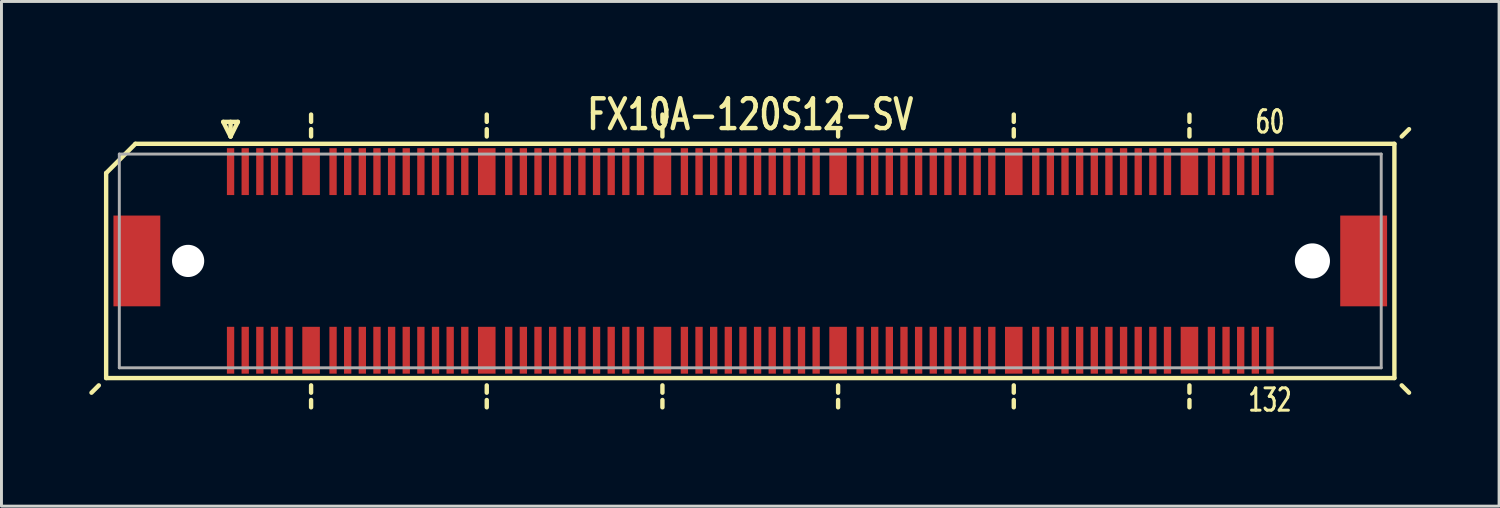
<source format=kicad_pcb>
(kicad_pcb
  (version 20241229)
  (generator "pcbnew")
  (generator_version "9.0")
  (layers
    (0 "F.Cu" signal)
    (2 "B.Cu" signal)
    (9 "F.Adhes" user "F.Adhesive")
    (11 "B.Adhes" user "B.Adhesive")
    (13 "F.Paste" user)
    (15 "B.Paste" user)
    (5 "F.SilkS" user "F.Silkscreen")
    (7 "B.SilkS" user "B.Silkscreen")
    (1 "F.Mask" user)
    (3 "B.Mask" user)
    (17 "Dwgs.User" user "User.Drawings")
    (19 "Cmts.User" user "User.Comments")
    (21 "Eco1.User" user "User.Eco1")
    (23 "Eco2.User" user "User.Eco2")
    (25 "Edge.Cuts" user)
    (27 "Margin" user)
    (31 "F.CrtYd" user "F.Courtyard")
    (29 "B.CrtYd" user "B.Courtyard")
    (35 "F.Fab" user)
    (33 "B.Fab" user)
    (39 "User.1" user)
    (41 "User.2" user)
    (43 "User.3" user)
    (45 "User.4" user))
  (footprint "FX10A-120S12-SV"
    (layer "F.Cu")
    (at 22.575 5.862)
    (property "Reference" "FX10A-120S12-SV" (at 0 -5 180) (layer "F.SilkS") (effects (font (size 1.016 0.762) (thickness 0.152))))
    (attr through_hole)
    (fp_line (start -22.25 4.25) (end -22.5 4.5) (stroke (width 0.15) (type solid)) (layer "F.SilkS"))
    (fp_line (start -22 -3) (end -21 -4) (stroke (width 0.15) (type solid)) (layer "F.SilkS"))
    (fp_line (start -22 4) (end -22 -3) (stroke (width 0.15) (type solid)) (layer "F.SilkS"))
    (fp_line (start -21 -4) (end 22 -4) (stroke (width 0.15) (type solid)) (layer "F.SilkS"))
    (fp_line (start -18 -4.75) (end -17.75 -4.25) (stroke (width 0.15) (type solid)) (layer "F.SilkS"))
    (fp_line (start -17.75 -4.25) (end -17.75 -4.75) (stroke (width 0.15) (type solid)) (layer "F.SilkS"))
    (fp_line (start -17.75 -4.25) (end -17.5 -4.75) (stroke (width 0.15) (type solid)) (layer "F.SilkS"))
    (fp_line (start -17.5 -4.75) (end -18 -4.75) (stroke (width 0.15) (type solid)) (layer "F.SilkS"))
    (fp_line (start -15 -4.75) (end -15 -5) (stroke (width 0.15) (type solid)) (layer "F.SilkS"))
    (fp_line (start -15 -4.25) (end -15 -4.5) (stroke (width 0.15) (type solid)) (layer "F.SilkS"))
    (fp_line (start -15 4.25) (end -15 4.5) (stroke (width 0.15) (type solid)) (layer "F.SilkS"))
    (fp_line (start -15 4.75) (end -15 5) (stroke (width 0.15) (type solid)) (layer "F.SilkS"))
    (fp_line (start -9 -4.75) (end -9 -5) (stroke (width 0.15) (type solid)) (layer "F.SilkS"))
    (fp_line (start -9 -4.25) (end -9 -4.5) (stroke (width 0.15) (type solid)) (layer "F.SilkS"))
    (fp_line (start -9 4.25) (end -9 4.5) (stroke (width 0.15) (type solid)) (layer "F.SilkS"))
    (fp_line (start -9 4.75) (end -9 5) (stroke (width 0.15) (type solid)) (layer "F.SilkS"))
    (fp_line (start -3 -4.75) (end -3 -5) (stroke (width 0.15) (type solid)) (layer "F.SilkS"))
    (fp_line (start -3 -4.25) (end -3 -4.5) (stroke (width 0.15) (type solid)) (layer "F.SilkS"))
    (fp_line (start -3 4.25) (end -3 4.5) (stroke (width 0.15) (type solid)) (layer "F.SilkS"))
    (fp_line (start -3 4.75) (end -3 5) (stroke (width 0.15) (type solid)) (layer "F.SilkS"))
    (fp_line (start 3 -4.75) (end 3 -5) (stroke (width 0.15) (type solid)) (layer "F.SilkS"))
    (fp_line (start 3 -4.25) (end 3 -4.5) (stroke (width 0.15) (type solid)) (layer "F.SilkS"))
    (fp_line (start 3 4.25) (end 3 4.5) (stroke (width 0.15) (type solid)) (layer "F.SilkS"))
    (fp_line (start 3 4.75) (end 3 5) (stroke (width 0.15) (type solid)) (layer "F.SilkS"))
    (fp_line (start 9 -4.75) (end 9 -5) (stroke (width 0.15) (type solid)) (layer "F.SilkS"))
    (fp_line (start 9 -4.25) (end 9 -4.5) (stroke (width 0.15) (type solid)) (layer "F.SilkS"))
    (fp_line (start 9 4.25) (end 9 4.5) (stroke (width 0.15) (type solid)) (layer "F.SilkS"))
    (fp_line (start 9 4.75) (end 9 5) (stroke (width 0.15) (type solid)) (layer "F.SilkS"))
    (fp_line (start 15 -4.75) (end 15 -5) (stroke (width 0.15) (type solid)) (layer "F.SilkS"))
    (fp_line (start 15 -4.25) (end 15 -4.5) (stroke (width 0.15) (type solid)) (layer "F.SilkS"))
    (fp_line (start 15 4.25) (end 15 4.5) (stroke (width 0.15) (type solid)) (layer "F.SilkS"))
    (fp_line (start 15 4.75) (end 15 5) (stroke (width 0.15) (type solid)) (layer "F.SilkS"))
    (fp_line (start 22 -4) (end 22 4) (stroke (width 0.15) (type solid)) (layer "F.SilkS"))
    (fp_line (start 22 4) (end -22 4) (stroke (width 0.15) (type solid)) (layer "F.SilkS"))
    (fp_line (start 22.25 -4.25) (end 22.5 -4.5) (stroke (width 0.15) (type solid)) (layer "F.SilkS"))
    (fp_line (start 22.25 4.25) (end 22.5 4.5) (stroke (width 0.15) (type solid)) (layer "F.SilkS"))
    (fp_line (start -21.55 -3.65) (end 21.55 -3.65) (stroke (width 0.1) (type solid)) (layer "F.Fab"))
    (fp_line (start -21.55 3.65) (end -21.55 -3.65) (stroke (width 0.1) (type solid)) (layer "F.Fab"))
    (fp_line (start 21.55 -3.65) (end 21.55 3.65) (stroke (width 0.1) (type solid)) (layer "F.Fab"))
    (fp_line (start 21.55 3.65) (end -21.55 3.65) (stroke (width 0.1) (type solid)) (layer "F.Fab"))
    (fp_text user "132" (at 17.75 4.75 0) (layer "F.SilkS") (effects (font (size 0.762 0.508) (thickness 0.102))))
    (fp_text user "60" (at 17.75 -4.75 0) (layer "F.SilkS") (effects (font (size 0.762 0.508) (thickness 0.102))))
    (pad "" smd rect (at -20.95 0) (size 1.6 3.1) (layers "F.Cu" "F.Mask" "F.Paste"))
    (pad "" np_thru_hole circle (at -19.2 0) (size 1.1 1.1) (drill 1.1) (layers "*.Cu" "*.Mask"))
    (pad "" np_thru_hole circle (at 19.2 0) (size 1.2 1.2) (drill 1.2) (layers "*.Cu" "*.Mask"))
    (pad "" smd rect (at 20.95 0) (size 1.6 3.1) (layers "F.Cu" "F.Mask" "F.Paste"))
    (pad "1" smd rect (at -17.75 -3.05 180) (size 0.25 1.6) (layers "F.Cu" "F.Mask" "F.Paste"))
    (pad "2" smd rect (at -17.75 3.05 180) (size 0.25 1.6) (layers "F.Cu" "F.Mask" "F.Paste"))
    (pad "3" smd rect (at -17.25 -3.05 180) (size 0.25 1.6) (layers "F.Cu" "F.Mask" "F.Paste"))
    (pad "4" smd rect (at -17.25 3.05 180) (size 0.25 1.6) (layers "F.Cu" "F.Mask" "F.Paste"))
    (pad "5" smd rect (at -16.75 -3.05 180) (size 0.25 1.6) (layers "F.Cu" "F.Mask" "F.Paste"))
    (pad "6" smd rect (at -16.75 3.05 180) (size 0.25 1.6) (layers "F.Cu" "F.Mask" "F.Paste"))
    (pad "7" smd rect (at -16.25 -3.05 180) (size 0.25 1.6) (layers "F.Cu" "F.Mask" "F.Paste"))
    (pad "8" smd rect (at -16.25 3.05 180) (size 0.25 1.6) (layers "F.Cu" "F.Mask" "F.Paste"))
    (pad "9" smd rect (at -15.75 -3.05 180) (size 0.25 1.6) (layers "F.Cu" "F.Mask" "F.Paste"))
    (pad "10" smd rect (at -15.75 3.05 180) (size 0.25 1.6) (layers "F.Cu" "F.Mask" "F.Paste"))
    (pad "11" smd rect (at -15 -3.05 180) (size 0.6 1.6) (layers "F.Cu" "F.Mask" "F.Paste"))
    (pad "12" smd rect (at -15 3.05 180) (size 0.6 1.6) (layers "F.Cu" "F.Mask" "F.Paste"))
    (pad "13" smd rect (at -14.25 -3.05 180) (size 0.25 1.6) (layers "F.Cu" "F.Mask" "F.Paste"))
    (pad "14" smd rect (at -14.25 3.05 180) (size 0.25 1.6) (layers "F.Cu" "F.Mask" "F.Paste"))
    (pad "15" smd rect (at -13.75 -3.05 180) (size 0.25 1.6) (layers "F.Cu" "F.Mask" "F.Paste"))
    (pad "16" smd rect (at -13.75 3.05 180) (size 0.25 1.6) (layers "F.Cu" "F.Mask" "F.Paste"))
    (pad "17" smd rect (at -13.25 -3.05 180) (size 0.25 1.6) (layers "F.Cu" "F.Mask" "F.Paste"))
    (pad "18" smd rect (at -13.25 3.05 180) (size 0.25 1.6) (layers "F.Cu" "F.Mask" "F.Paste"))
    (pad "19" smd rect (at -12.75 -3.05 180) (size 0.25 1.6) (layers "F.Cu" "F.Mask" "F.Paste"))
    (pad "20" smd rect (at -12.75 3.05 180) (size 0.25 1.6) (layers "F.Cu" "F.Mask" "F.Paste"))
    (pad "21" smd rect (at -12.25 -3.05 180) (size 0.25 1.6) (layers "F.Cu" "F.Mask" "F.Paste"))
    (pad "22" smd rect (at -12.25 3.05 180) (size 0.25 1.6) (layers "F.Cu" "F.Mask" "F.Paste"))
    (pad "23" smd rect (at -11.75 -3.05 180) (size 0.25 1.6) (layers "F.Cu" "F.Mask" "F.Paste"))
    (pad "24" smd rect (at -11.75 3.05 180) (size 0.25 1.6) (layers "F.Cu" "F.Mask" "F.Paste"))
    (pad "25" smd rect (at -11.25 -3.05 180) (size 0.25 1.6) (layers "F.Cu" "F.Mask" "F.Paste"))
    (pad "26" smd rect (at -11.25 3.05 180) (size 0.25 1.6) (layers "F.Cu" "F.Mask" "F.Paste"))
    (pad "27" smd rect (at -10.75 -3.05 180) (size 0.25 1.6) (layers "F.Cu" "F.Mask" "F.Paste"))
    (pad "28" smd rect (at -10.75 3.05 180) (size 0.25 1.6) (layers "F.Cu" "F.Mask" "F.Paste"))
    (pad "29" smd rect (at -10.25 -3.05 180) (size 0.25 1.6) (layers "F.Cu" "F.Mask" "F.Paste"))
    (pad "30" smd rect (at -10.25 3.05 180) (size 0.25 1.6) (layers "F.Cu" "F.Mask" "F.Paste"))
    (pad "31" smd rect (at -9.75 -3.05 180) (size 0.25 1.6) (layers "F.Cu" "F.Mask" "F.Paste"))
    (pad "32" smd rect (at -9.75 3.05 180) (size 0.25 1.6) (layers "F.Cu" "F.Mask" "F.Paste"))
    (pad "33" smd rect (at -9 -3.05 180) (size 0.6 1.6) (layers "F.Cu" "F.Mask" "F.Paste"))
    (pad "34" smd rect (at -9 3.05 180) (size 0.6 1.6) (layers "F.Cu" "F.Mask" "F.Paste"))
    (pad "35" smd rect (at -8.25 -3.05 180) (size 0.25 1.6) (layers "F.Cu" "F.Mask" "F.Paste"))
    (pad "36" smd rect (at -8.25 3.05 180) (size 0.25 1.6) (layers "F.Cu" "F.Mask" "F.Paste"))
    (pad "37" smd rect (at -7.75 -3.05 180) (size 0.25 1.6) (layers "F.Cu" "F.Mask" "F.Paste"))
    (pad "38" smd rect (at -7.75 3.05 180) (size 0.25 1.6) (layers "F.Cu" "F.Mask" "F.Paste"))
    (pad "39" smd rect (at -7.25 -3.05 180) (size 0.25 1.6) (layers "F.Cu" "F.Mask" "F.Paste"))
    (pad "40" smd rect (at -7.25 3.05 180) (size 0.25 1.6) (layers "F.Cu" "F.Mask" "F.Paste"))
    (pad "41" smd rect (at -6.75 -3.05 180) (size 0.25 1.6) (layers "F.Cu" "F.Mask" "F.Paste"))
    (pad "42" smd rect (at -6.75 3.05 180) (size 0.25 1.6) (layers "F.Cu" "F.Mask" "F.Paste"))
    (pad "43" smd rect (at -6.25 -3.05 180) (size 0.25 1.6) (layers "F.Cu" "F.Mask" "F.Paste"))
    (pad "44" smd rect (at -6.25 3.05 180) (size 0.25 1.6) (layers "F.Cu" "F.Mask" "F.Paste"))
    (pad "45" smd rect (at -5.75 -3.05 180) (size 0.25 1.6) (layers "F.Cu" "F.Mask" "F.Paste"))
    (pad "46" smd rect (at -5.75 3.05 180) (size 0.25 1.6) (layers "F.Cu" "F.Mask" "F.Paste"))
    (pad "47" smd rect (at -5.25 -3.05 180) (size 0.25 1.6) (layers "F.Cu" "F.Mask" "F.Paste"))
    (pad "48" smd rect (at -5.25 3.05 180) (size 0.25 1.6) (layers "F.Cu" "F.Mask" "F.Paste"))
    (pad "49" smd rect (at -4.75 -3.05 180) (size 0.25 1.6) (layers "F.Cu" "F.Mask" "F.Paste"))
    (pad "50" smd rect (at -4.75 3.05 180) (size 0.25 1.6) (layers "F.Cu" "F.Mask" "F.Paste"))
    (pad "51" smd rect (at -4.25 -3.05 180) (size 0.25 1.6) (layers "F.Cu" "F.Mask" "F.Paste"))
    (pad "52" smd rect (at -4.25 3.05 180) (size 0.25 1.6) (layers "F.Cu" "F.Mask" "F.Paste"))
    (pad "53" smd rect (at -3.75 -3.05 180) (size 0.25 1.6) (layers "F.Cu" "F.Mask" "F.Paste"))
    (pad "54" smd rect (at -3.75 3.05 180) (size 0.25 1.6) (layers "F.Cu" "F.Mask" "F.Paste"))
    (pad "55" smd rect (at -3 -3.05 180) (size 0.6 1.6) (layers "F.Cu" "F.Mask" "F.Paste"))
    (pad "56" smd rect (at -3 3.05 180) (size 0.6 1.6) (layers "F.Cu" "F.Mask" "F.Paste"))
    (pad "57" smd rect (at -2.25 -3.05 180) (size 0.25 1.6) (layers "F.Cu" "F.Mask" "F.Paste"))
    (pad "58" smd rect (at -2.25 3.05 180) (size 0.25 1.6) (layers "F.Cu" "F.Mask" "F.Paste"))
    (pad "59" smd rect (at -1.75 -3.05 180) (size 0.25 1.6) (layers "F.Cu" "F.Mask" "F.Paste"))
    (pad "60" smd rect (at -1.75 3.05 180) (size 0.25 1.6) (layers "F.Cu" "F.Mask" "F.Paste"))
    (pad "61" smd rect (at -1.25 -3.05 180) (size 0.25 1.6) (layers "F.Cu" "F.Mask" "F.Paste"))
    (pad "62" smd rect (at -1.25 3.05 180) (size 0.25 1.6) (layers "F.Cu" "F.Mask" "F.Paste"))
    (pad "63" smd rect (at -0.75 -3.05 180) (size 0.25 1.6) (layers "F.Cu" "F.Mask" "F.Paste"))
    (pad "64" smd rect (at -0.75 3.05 180) (size 0.25 1.6) (layers "F.Cu" "F.Mask" "F.Paste"))
    (pad "65" smd rect (at -0.25 -3.05 180) (size 0.25 1.6) (layers "F.Cu" "F.Mask" "F.Paste"))
    (pad "66" smd rect (at -0.25 3.05 180) (size 0.25 1.6) (layers "F.Cu" "F.Mask" "F.Paste"))
    (pad "67" smd rect (at 0.25 -3.05 180) (size 0.25 1.6) (layers "F.Cu" "F.Mask" "F.Paste"))
    (pad "68" smd rect (at 0.25 3.05 180) (size 0.25 1.6) (layers "F.Cu" "F.Mask" "F.Paste"))
    (pad "69" smd rect (at 0.75 -3.05 180) (size 0.25 1.6) (layers "F.Cu" "F.Mask" "F.Paste"))
    (pad "70" smd rect (at 0.75 3.05 180) (size 0.25 1.6) (layers "F.Cu" "F.Mask" "F.Paste"))
    (pad "71" smd rect (at 1.25 -3.05 180) (size 0.25 1.6) (layers "F.Cu" "F.Mask" "F.Paste"))
    (pad "72" smd rect (at 1.25 3.05 180) (size 0.25 1.6) (layers "F.Cu" "F.Mask" "F.Paste"))
    (pad "73" smd rect (at 1.75 -3.05 180) (size 0.25 1.6) (layers "F.Cu" "F.Mask" "F.Paste"))
    (pad "74" smd rect (at 1.75 3.05 180) (size 0.25 1.6) (layers "F.Cu" "F.Mask" "F.Paste"))
    (pad "75" smd rect (at 2.25 -3.05 180) (size 0.25 1.6) (layers "F.Cu" "F.Mask" "F.Paste"))
    (pad "76" smd rect (at 2.25 3.05 180) (size 0.25 1.6) (layers "F.Cu" "F.Mask" "F.Paste"))
    (pad "77" smd rect (at 3 -3.05 180) (size 0.6 1.6) (layers "F.Cu" "F.Mask" "F.Paste"))
    (pad "78" smd rect (at 3 3.05 180) (size 0.6 1.6) (layers "F.Cu" "F.Mask" "F.Paste"))
    (pad "79" smd rect (at 3.75 -3.05 180) (size 0.25 1.6) (layers "F.Cu" "F.Mask" "F.Paste"))
    (pad "80" smd rect (at 3.75 3.05 180) (size 0.25 1.6) (layers "F.Cu" "F.Mask" "F.Paste"))
    (pad "81" smd rect (at 4.25 -3.05 180) (size 0.25 1.6) (layers "F.Cu" "F.Mask" "F.Paste"))
    (pad "82" smd rect (at 4.25 3.05 180) (size 0.25 1.6) (layers "F.Cu" "F.Mask" "F.Paste"))
    (pad "83" smd rect (at 4.75 -3.05 180) (size 0.25 1.6) (layers "F.Cu" "F.Mask" "F.Paste"))
    (pad "84" smd rect (at 4.75 3.05 180) (size 0.25 1.6) (layers "F.Cu" "F.Mask" "F.Paste"))
    (pad "85" smd rect (at 5.25 -3.05 180) (size 0.25 1.6) (layers "F.Cu" "F.Mask" "F.Paste"))
    (pad "86" smd rect (at 5.25 3.05 180) (size 0.25 1.6) (layers "F.Cu" "F.Mask" "F.Paste"))
    (pad "87" smd rect (at 5.75 -3.05 180) (size 0.25 1.6) (layers "F.Cu" "F.Mask" "F.Paste"))
    (pad "88" smd rect (at 5.75 3.05 180) (size 0.25 1.6) (layers "F.Cu" "F.Mask" "F.Paste"))
    (pad "89" smd rect (at 6.25 -3.05 180) (size 0.25 1.6) (layers "F.Cu" "F.Mask" "F.Paste"))
    (pad "90" smd rect (at 6.25 3.05 180) (size 0.25 1.6) (layers "F.Cu" "F.Mask" "F.Paste"))
    (pad "91" smd rect (at 6.75 -3.05 180) (size 0.25 1.6) (layers "F.Cu" "F.Mask" "F.Paste"))
    (pad "92" smd rect (at 6.75 3.05 180) (size 0.25 1.6) (layers "F.Cu" "F.Mask" "F.Paste"))
    (pad "93" smd rect (at 7.25 -3.05 180) (size 0.25 1.6) (layers "F.Cu" "F.Mask" "F.Paste"))
    (pad "94" smd rect (at 7.25 3.05 180) (size 0.25 1.6) (layers "F.Cu" "F.Mask" "F.Paste"))
    (pad "95" smd rect (at 7.75 -3.05 180) (size 0.25 1.6) (layers "F.Cu" "F.Mask" "F.Paste"))
    (pad "96" smd rect (at 7.75 3.05 180) (size 0.25 1.6) (layers "F.Cu" "F.Mask" "F.Paste"))
    (pad "97" smd rect (at 8.25 -3.05 180) (size 0.25 1.6) (layers "F.Cu" "F.Mask" "F.Paste"))
    (pad "98" smd rect (at 8.25 3.05 180) (size 0.25 1.6) (layers "F.Cu" "F.Mask" "F.Paste"))
    (pad "99" smd rect (at 9 -3.05 180) (size 0.6 1.6) (layers "F.Cu" "F.Mask" "F.Paste"))
    (pad "100" smd rect (at 9 3.05 180) (size 0.6 1.6) (layers "F.Cu" "F.Mask" "F.Paste"))
    (pad "101" smd rect (at 9.75 -3.05 180) (size 0.25 1.6) (layers "F.Cu" "F.Mask" "F.Paste"))
    (pad "102" smd rect (at 9.75 3.05 180) (size 0.25 1.6) (layers "F.Cu" "F.Mask" "F.Paste"))
    (pad "103" smd rect (at 10.25 -3.05 180) (size 0.25 1.6) (layers "F.Cu" "F.Mask" "F.Paste"))
    (pad "104" smd rect (at 10.25 3.05 180) (size 0.25 1.6) (layers "F.Cu" "F.Mask" "F.Paste"))
    (pad "105" smd rect (at 10.75 -3.05 180) (size 0.25 1.6) (layers "F.Cu" "F.Mask" "F.Paste"))
    (pad "106" smd rect (at 10.75 3.05 180) (size 0.25 1.6) (layers "F.Cu" "F.Mask" "F.Paste"))
    (pad "107" smd rect (at 11.25 -3.05 180) (size 0.25 1.6) (layers "F.Cu" "F.Mask" "F.Paste"))
    (pad "108" smd rect (at 11.25 3.05 180) (size 0.25 1.6) (layers "F.Cu" "F.Mask" "F.Paste"))
    (pad "109" smd rect (at 11.75 -3.05 180) (size 0.25 1.6) (layers "F.Cu" "F.Mask" "F.Paste"))
    (pad "110" smd rect (at 11.75 3.05 180) (size 0.25 1.6) (layers "F.Cu" "F.Mask" "F.Paste"))
    (pad "111" smd rect (at 12.25 -3.05 180) (size 0.25 1.6) (layers "F.Cu" "F.Mask" "F.Paste"))
    (pad "112" smd rect (at 12.25 3.05 180) (size 0.25 1.6) (layers "F.Cu" "F.Mask" "F.Paste"))
    (pad "113" smd rect (at 12.75 -3.05 180) (size 0.25 1.6) (layers "F.Cu" "F.Mask" "F.Paste"))
    (pad "114" smd rect (at 12.75 3.05 180) (size 0.25 1.6) (layers "F.Cu" "F.Mask" "F.Paste"))
    (pad "115" smd rect (at 13.25 -3.05 180) (size 0.25 1.6) (layers "F.Cu" "F.Mask" "F.Paste"))
    (pad "116" smd rect (at 13.25 3.05 180) (size 0.25 1.6) (layers "F.Cu" "F.Mask" "F.Paste"))
    (pad "117" smd rect (at 13.75 -3.05 180) (size 0.25 1.6) (layers "F.Cu" "F.Mask" "F.Paste"))
    (pad "118" smd rect (at 13.75 3.05 180) (size 0.25 1.6) (layers "F.Cu" "F.Mask" "F.Paste"))
    (pad "119" smd rect (at 14.25 -3.05 180) (size 0.25 1.6) (layers "F.Cu" "F.Mask" "F.Paste"))
    (pad "120" smd rect (at 14.25 3.05 180) (size 0.25 1.6) (layers "F.Cu" "F.Mask" "F.Paste"))
    (pad "121" smd rect (at 15 -3.05 180) (size 0.6 1.6) (layers "F.Cu" "F.Mask" "F.Paste"))
    (pad "122" smd rect (at 15 3.05 180) (size 0.6 1.6) (layers "F.Cu" "F.Mask" "F.Paste"))
    (pad "123" smd rect (at 15.75 -3.05 180) (size 0.25 1.6) (layers "F.Cu" "F.Mask" "F.Paste"))
    (pad "124" smd rect (at 15.75 3.05 180) (size 0.25 1.6) (layers "F.Cu" "F.Mask" "F.Paste"))
    (pad "125" smd rect (at 16.25 -3.05 180) (size 0.25 1.6) (layers "F.Cu" "F.Mask" "F.Paste"))
    (pad "126" smd rect (at 16.25 3.05 180) (size 0.25 1.6) (layers "F.Cu" "F.Mask" "F.Paste"))
    (pad "127" smd rect (at 16.75 -3.05 180) (size 0.25 1.6) (layers "F.Cu" "F.Mask" "F.Paste"))
    (pad "128" smd rect (at 16.75 3.05 180) (size 0.25 1.6) (layers "F.Cu" "F.Mask" "F.Paste"))
    (pad "129" smd rect (at 17.25 -3.05 180) (size 0.25 1.6) (layers "F.Cu" "F.Mask" "F.Paste"))
    (pad "130" smd rect (at 17.25 3.05 180) (size 0.25 1.6) (layers "F.Cu" "F.Mask" "F.Paste"))
    (pad "131" smd rect (at 17.75 -3.05 180) (size 0.25 1.6) (layers "F.Cu" "F.Mask" "F.Paste"))
    (pad "132" smd rect (at 17.75 3.05 180) (size 0.25 1.6) (layers "F.Cu" "F.Mask" "F.Paste")))
  (gr_rect
    (start -3 -3)
    (end 48.15 14.236)
    (stroke (width 0.1) (type default))
    (fill no)
    (layer "Edge.Cuts")))
</source>
